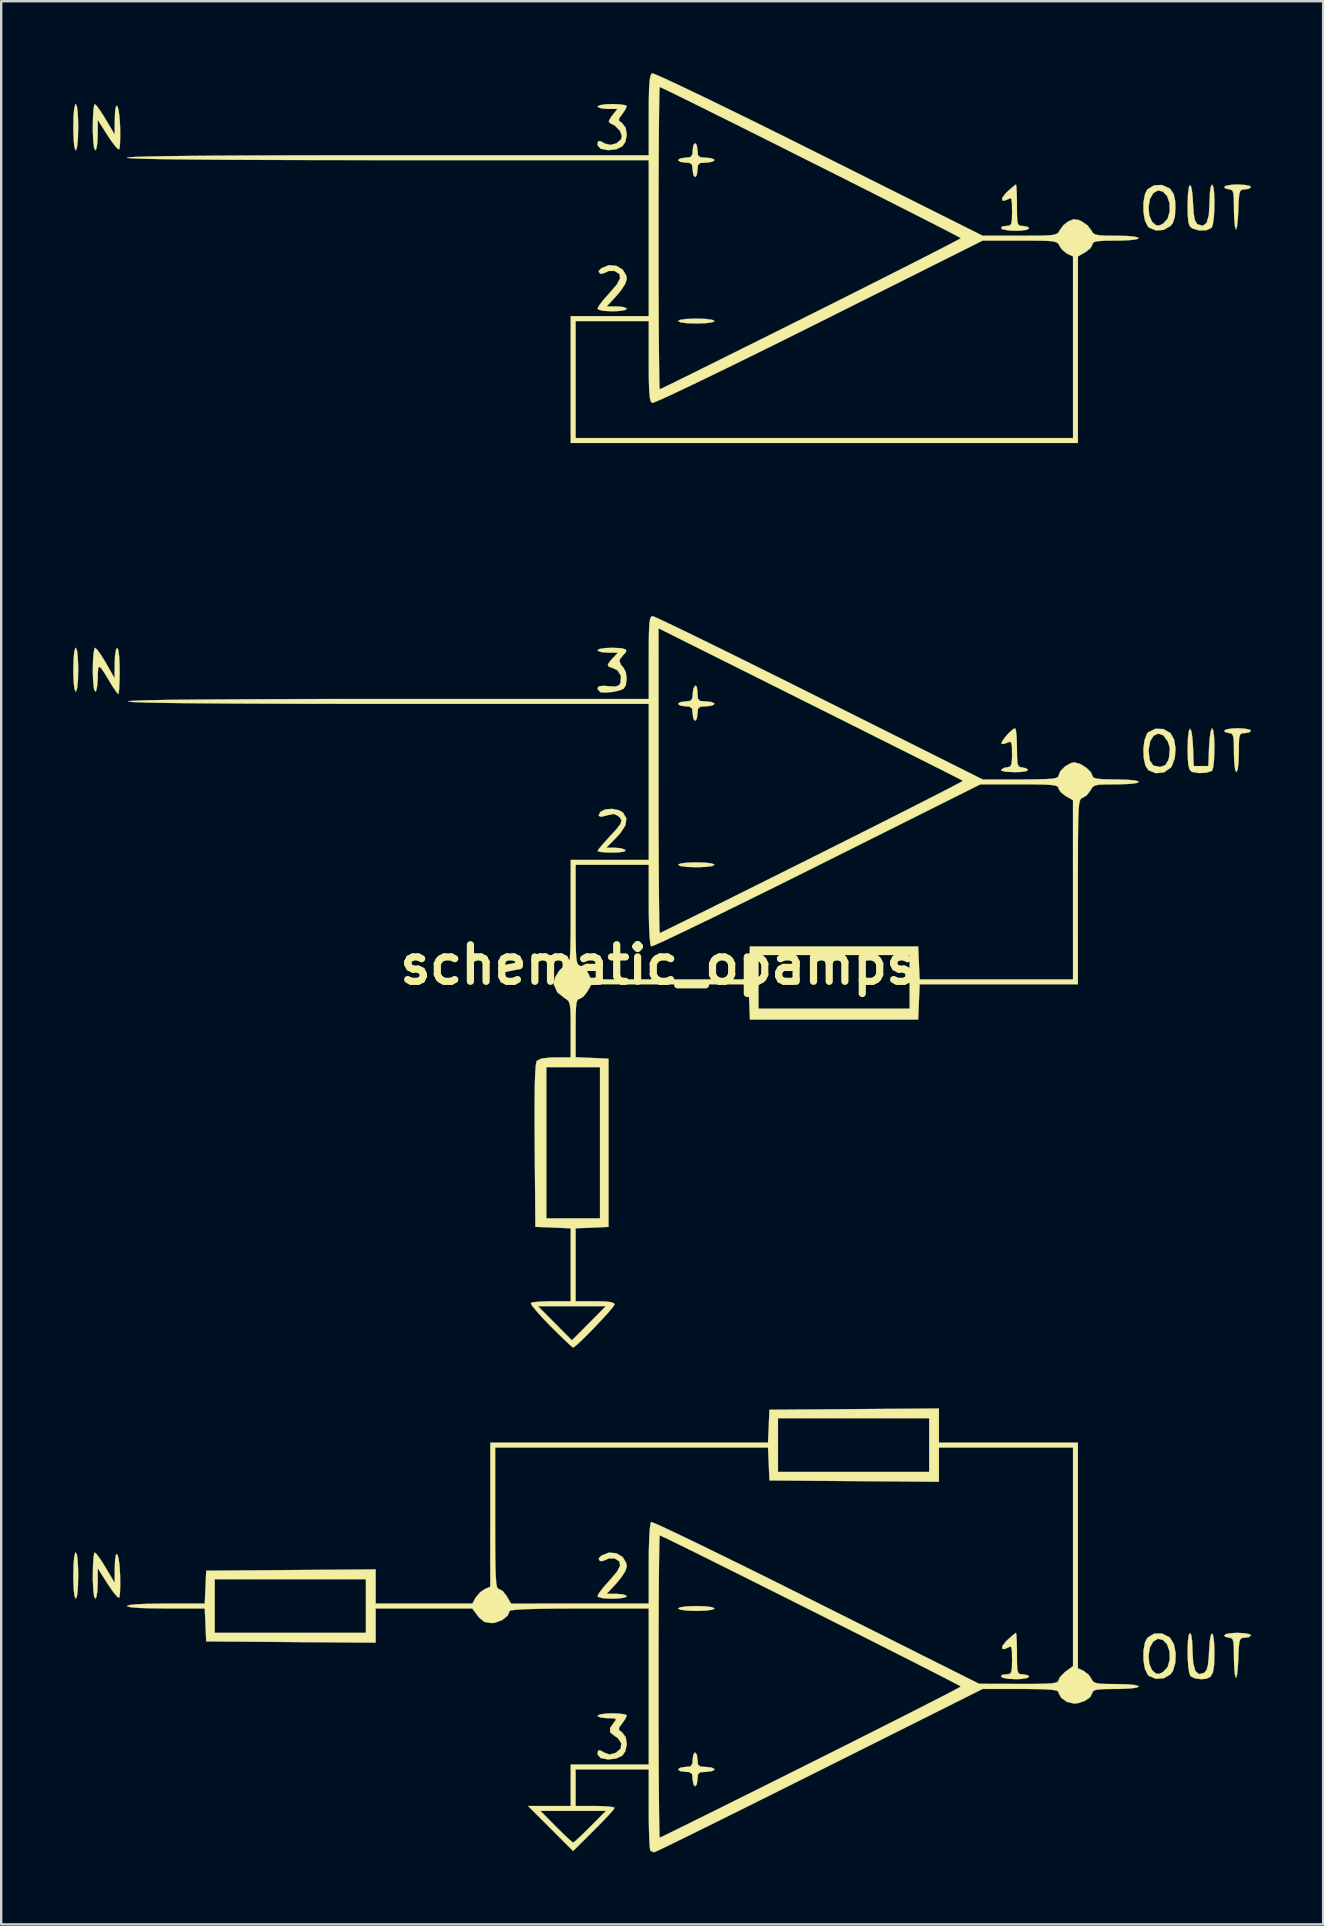
<source format=kicad_pcb>
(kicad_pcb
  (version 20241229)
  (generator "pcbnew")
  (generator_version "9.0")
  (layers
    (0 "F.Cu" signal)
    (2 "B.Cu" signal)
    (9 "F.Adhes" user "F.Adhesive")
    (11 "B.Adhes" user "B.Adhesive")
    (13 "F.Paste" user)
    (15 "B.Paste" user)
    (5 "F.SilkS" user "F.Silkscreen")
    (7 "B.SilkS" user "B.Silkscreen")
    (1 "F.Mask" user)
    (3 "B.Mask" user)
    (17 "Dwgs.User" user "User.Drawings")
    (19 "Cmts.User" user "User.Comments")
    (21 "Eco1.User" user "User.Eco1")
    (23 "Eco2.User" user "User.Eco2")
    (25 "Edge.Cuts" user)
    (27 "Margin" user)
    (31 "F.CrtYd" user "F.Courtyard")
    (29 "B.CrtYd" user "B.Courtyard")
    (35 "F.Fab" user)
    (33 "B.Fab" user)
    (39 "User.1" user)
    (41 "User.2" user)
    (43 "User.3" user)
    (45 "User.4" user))
  (footprint "schematic_opamps"
    (layer "F.Cu")
    (at 24.389 37.15)
    (property "Reference" "schematic_opamps" (at 0 0 0) (layer "F.SilkS") (effects (font (size 1.524 1.524) (thickness 0.3))))
    (attr through_hole)
    (fp_poly (pts (xy -24.234 -35.769) (xy -24.2 -35.501) (xy -24.182 -35.092) (xy -24.181 -34.9) (xy -24.191 -34.444) (xy -24.219 -34.117) (xy -24.262 -33.95) (xy -24.282 -33.934) (xy -24.33 -34.031) (xy -24.365 -34.299) (xy -24.382 -34.707) (xy -24.384 -34.9) (xy -24.374 -35.355) (xy -24.346 -35.682) (xy -24.303 -35.849) (xy -24.282 -35.865) (xy -24.234 -35.769)) (stroke (width 0.01) (type solid)) (fill yes) (layer "F.SilkS"))
    (fp_poly (pts (xy -24.234 24.582) (xy -24.2 24.85) (xy -24.182 25.258) (xy -24.181 25.451) (xy -24.191 25.906) (xy -24.219 26.233) (xy -24.262 26.401) (xy -24.282 26.416) (xy -24.33 26.32) (xy -24.365 26.052) (xy -24.382 25.643) (xy -24.384 25.451) (xy -24.374 24.996) (xy -24.346 24.669) (xy -24.303 24.501) (xy -24.282 24.486) (xy -24.234 24.582)) (stroke (width 0.01) (type solid)) (fill yes) (layer "F.SilkS"))
    (fp_poly (pts (xy -24.234 -13.112) (xy -24.199 -12.847) (xy -24.182 -12.445) (xy -24.181 -12.294) (xy -24.191 -11.855) (xy -24.221 -11.543) (xy -24.266 -11.389) (xy -24.282 -11.379) (xy -24.331 -11.475) (xy -24.366 -11.741) (xy -24.383 -12.142) (xy -24.384 -12.294) (xy -24.373 -12.732) (xy -24.344 -13.044) (xy -24.299 -13.198) (xy -24.282 -13.208) (xy -24.234 -13.112)) (stroke (width 0.01) (type solid)) (fill yes) (layer "F.SilkS"))
    (fp_poly (pts (xy 1.959 -26.911) (xy 2.226 -26.877) (xy 2.336 -26.827) (xy 2.337 -26.822) (xy 2.242 -26.771) (xy 1.986 -26.736) (xy 1.611 -26.721) (xy 1.575 -26.721) (xy 1.191 -26.733) (xy 0.923 -26.768) (xy 0.814 -26.818) (xy 0.813 -26.822) (xy 0.907 -26.874) (xy 1.163 -26.909) (xy 1.539 -26.924) (xy 1.575 -26.924) (xy 1.959 -26.911)) (stroke (width 0.01) (type solid)) (fill yes) (layer "F.SilkS"))
    (fp_poly (pts (xy 1.959 -4.255) (xy 2.226 -4.22) (xy 2.336 -4.17) (xy 2.337 -4.166) (xy 2.242 -4.114) (xy 1.986 -4.079) (xy 1.611 -4.064) (xy 1.575 -4.064) (xy 1.191 -4.077) (xy 0.923 -4.111) (xy 0.814 -4.161) (xy 0.813 -4.166) (xy 0.907 -4.217) (xy 1.163 -4.252) (xy 1.539 -4.267) (xy 1.575 -4.267) (xy 1.959 -4.255)) (stroke (width 0.01) (type solid)) (fill yes) (layer "F.SilkS"))
    (fp_poly (pts (xy 1.959 26.733) (xy 2.226 26.768) (xy 2.336 26.818) (xy 2.337 26.822) (xy 2.242 26.874) (xy 1.986 26.909) (xy 1.611 26.924) (xy 1.575 26.924) (xy 1.191 26.911) (xy 0.923 26.877) (xy 0.814 26.827) (xy 0.813 26.822) (xy 0.907 26.771) (xy 1.163 26.736) (xy 1.539 26.721) (xy 1.575 26.721) (xy 1.959 26.733)) (stroke (width 0.01) (type solid)) (fill yes) (layer "F.SilkS"))
    (fp_poly (pts (xy 24.436 -32.495) (xy 24.639 -32.452) (xy 24.689 -32.41) (xy 24.602 -32.334) (xy 24.439 -32.309) (xy 24.318 -32.3) (xy 24.242 -32.245) (xy 24.199 -32.106) (xy 24.175 -31.841) (xy 24.159 -31.436) (xy 24.138 -31.055) (xy 24.107 -30.777) (xy 24.07 -30.643) (xy 24.054 -30.64) (xy 24.018 -30.772) (xy 23.991 -31.052) (xy 23.978 -31.425) (xy 23.978 -31.513) (xy 23.973 -31.913) (xy 23.953 -32.151) (xy 23.906 -32.268) (xy 23.823 -32.306) (xy 23.774 -32.309) (xy 23.609 -32.351) (xy 23.571 -32.41) (xy 23.663 -32.466) (xy 23.9 -32.503) (xy 24.13 -32.512) (xy 24.436 -32.495)) (stroke (width 0.01) (type solid)) (fill yes) (layer "F.SilkS"))
    (fp_poly (pts (xy 24.436 -9.838) (xy 24.639 -9.795) (xy 24.689 -9.754) (xy 24.602 -9.677) (xy 24.435 -9.652) (xy 24.309 -9.643) (xy 24.233 -9.59) (xy 24.196 -9.45) (xy 24.182 -9.182) (xy 24.181 -8.839) (xy 24.169 -8.437) (xy 24.136 -8.154) (xy 24.088 -8.029) (xy 24.079 -8.026) (xy 24.029 -8.121) (xy 23.994 -8.381) (xy 23.978 -8.766) (xy 23.978 -8.839) (xy 23.973 -9.244) (xy 23.954 -9.487) (xy 23.909 -9.608) (xy 23.828 -9.649) (xy 23.774 -9.652) (xy 23.609 -9.695) (xy 23.571 -9.754) (xy 23.663 -9.809) (xy 23.9 -9.846) (xy 24.13 -9.855) (xy 24.436 -9.838)) (stroke (width 0.01) (type solid)) (fill yes) (layer "F.SilkS"))
    (fp_poly (pts (xy 24.436 27.855) (xy 24.639 27.898) (xy 24.689 27.94) (xy 24.602 28.017) (xy 24.439 28.042) (xy 24.318 28.051) (xy 24.242 28.105) (xy 24.199 28.245) (xy 24.175 28.509) (xy 24.159 28.914) (xy 24.138 29.295) (xy 24.107 29.573) (xy 24.07 29.707) (xy 24.054 29.71) (xy 24.018 29.578) (xy 23.991 29.298) (xy 23.978 28.925) (xy 23.978 28.837) (xy 23.973 28.438) (xy 23.953 28.2) (xy 23.906 28.082) (xy 23.823 28.044) (xy 23.774 28.042) (xy 23.609 27.999) (xy 23.571 27.94) (xy 23.663 27.884) (xy 23.9 27.847) (xy 24.13 27.838) (xy 24.436 27.855)) (stroke (width 0.01) (type solid)) (fill yes) (layer "F.SilkS"))
    (fp_poly (pts (xy 23.116 -9.763) (xy 23.148 -9.525) (xy 23.163 -9.195) (xy 23.161 -8.829) (xy 23.143 -8.484) (xy 23.11 -8.215) (xy 23.061 -8.077) (xy 23.056 -8.073) (xy 22.821 -8.002) (xy 22.512 -7.988) (xy 22.247 -8.031) (xy 22.202 -8.051) (xy 22.122 -8.146) (xy 22.073 -8.343) (xy 22.051 -8.681) (xy 22.047 -8.997) (xy 22.062 -9.464) (xy 22.1 -9.745) (xy 22.15 -9.837) (xy 22.203 -9.737) (xy 22.248 -9.441) (xy 22.272 -9.068) (xy 22.301 -8.28) (xy 22.911 -8.28) (xy 22.94 -9.068) (xy 22.966 -9.439) (xy 23.007 -9.716) (xy 23.056 -9.85) (xy 23.067 -9.855) (xy 23.116 -9.763)) (stroke (width 0.01) (type solid)) (fill yes) (layer "F.SilkS"))
    (fp_poly (pts (xy -23.405 -35.784) (xy -23.25 -35.57) (xy -23.058 -35.268) (xy -23.036 -35.23) (xy -22.66 -34.595) (xy -22.658 -35.173) (xy -22.643 -35.567) (xy -22.606 -35.77) (xy -22.556 -35.793) (xy -22.505 -35.646) (xy -22.46 -35.339) (xy -22.435 -34.942) (xy -22.429 -34.53) (xy -22.438 -34.201) (xy -22.462 -34.004) (xy -22.478 -33.97) (xy -22.564 -34.026) (xy -22.723 -34.218) (xy -22.923 -34.507) (xy -22.96 -34.564) (xy -23.366 -35.204) (xy -23.367 -34.569) (xy -23.382 -34.235) (xy -23.422 -34.007) (xy -23.47 -33.934) (xy -23.518 -34.031) (xy -23.552 -34.299) (xy -23.57 -34.707) (xy -23.571 -34.9) (xy -23.563 -35.314) (xy -23.543 -35.64) (xy -23.512 -35.832) (xy -23.492 -35.865) (xy -23.405 -35.784)) (stroke (width 0.01) (type solid)) (fill yes) (layer "F.SilkS"))
    (fp_poly (pts (xy -23.405 24.567) (xy -23.25 24.781) (xy -23.058 25.083) (xy -23.036 25.121) (xy -22.66 25.756) (xy -22.658 25.177) (xy -22.643 24.783) (xy -22.606 24.58) (xy -22.556 24.557) (xy -22.505 24.704) (xy -22.46 25.012) (xy -22.435 25.408) (xy -22.429 25.821) (xy -22.438 26.149) (xy -22.462 26.346) (xy -22.478 26.381) (xy -22.564 26.324) (xy -22.723 26.132) (xy -22.923 25.844) (xy -22.96 25.786) (xy -23.366 25.146) (xy -23.367 25.781) (xy -23.382 26.115) (xy -23.422 26.344) (xy -23.47 26.416) (xy -23.518 26.32) (xy -23.552 26.052) (xy -23.57 25.643) (xy -23.571 25.451) (xy -23.563 25.036) (xy -23.543 24.711) (xy -23.512 24.519) (xy -23.492 24.486) (xy -23.405 24.567)) (stroke (width 0.01) (type solid)) (fill yes) (layer "F.SilkS"))
    (fp_poly (pts (xy -1.757 -29.124) (xy -1.494 -28.969) (xy -1.34 -28.71) (xy -1.321 -28.565) (xy -1.387 -28.373) (xy -1.559 -28.106) (xy -1.74 -27.887) (xy -2.159 -27.432) (xy -1.74 -27.432) (xy -1.481 -27.41) (xy -1.334 -27.355) (xy -1.321 -27.33) (xy -1.413 -27.276) (xy -1.655 -27.24) (xy -1.93 -27.229) (xy -2.309 -27.248) (xy -2.51 -27.302) (xy -2.54 -27.346) (xy -2.474 -27.473) (xy -2.302 -27.697) (xy -2.057 -27.973) (xy -2.033 -28) (xy -1.734 -28.35) (xy -1.601 -28.605) (xy -1.629 -28.783) (xy -1.815 -28.9) (xy -1.843 -28.91) (xy -2.073 -28.909) (xy -2.185 -28.854) (xy -2.364 -28.789) (xy -2.449 -28.81) (xy -2.498 -28.905) (xy -2.384 -29.022) (xy -2.073 -29.15) (xy -1.757 -29.124)) (stroke (width 0.01) (type solid)) (fill yes) (layer "F.SilkS"))
    (fp_poly (pts (xy -1.757 24.521) (xy -1.494 24.676) (xy -1.34 24.934) (xy -1.321 25.08) (xy -1.387 25.272) (xy -1.559 25.539) (xy -1.74 25.758) (xy -2.159 26.213) (xy -1.74 26.213) (xy -1.481 26.235) (xy -1.334 26.29) (xy -1.321 26.314) (xy -1.413 26.369) (xy -1.655 26.405) (xy -1.93 26.416) (xy -2.309 26.397) (xy -2.51 26.343) (xy -2.54 26.299) (xy -2.474 26.172) (xy -2.302 25.947) (xy -2.057 25.672) (xy -2.033 25.645) (xy -1.734 25.295) (xy -1.601 25.039) (xy -1.629 24.862) (xy -1.815 24.745) (xy -1.843 24.735) (xy -2.073 24.736) (xy -2.185 24.791) (xy -2.364 24.856) (xy -2.449 24.834) (xy -2.498 24.74) (xy -2.384 24.622) (xy -2.073 24.495) (xy -1.757 24.521)) (stroke (width 0.01) (type solid)) (fill yes) (layer "F.SilkS"))
    (fp_poly (pts (xy 14.894 -9.762) (xy 14.921 -9.513) (xy 14.934 -9.157) (xy 14.935 -9.042) (xy 14.94 -8.637) (xy 14.96 -8.394) (xy 15.005 -8.272) (xy 15.086 -8.232) (xy 15.132 -8.23) (xy 15.327 -8.183) (xy 15.392 -8.128) (xy 15.338 -8.069) (xy 15.103 -8.034) (xy 14.834 -8.026) (xy 14.481 -8.041) (xy 14.294 -8.083) (xy 14.275 -8.128) (xy 14.418 -8.213) (xy 14.535 -8.23) (xy 14.649 -8.255) (xy 14.708 -8.365) (xy 14.73 -8.605) (xy 14.732 -8.792) (xy 14.726 -9.109) (xy 14.698 -9.262) (xy 14.63 -9.291) (xy 14.542 -9.253) (xy 14.365 -9.196) (xy 14.292 -9.212) (xy 14.317 -9.311) (xy 14.442 -9.484) (xy 14.611 -9.673) (xy 14.773 -9.815) (xy 14.859 -9.855) (xy 14.894 -9.762)) (stroke (width 0.01) (type solid)) (fill yes) (layer "F.SilkS"))
    (fp_poly (pts (xy 22.2 27.933) (xy 22.236 28.188) (xy 22.25 28.561) (xy 22.25 28.588) (xy 22.28 29.103) (xy 22.369 29.426) (xy 22.52 29.559) (xy 22.732 29.504) (xy 22.742 29.498) (xy 22.836 29.385) (xy 22.897 29.163) (xy 22.932 28.793) (xy 22.94 28.615) (xy 22.973 28.166) (xy 23.021 27.916) (xy 23.075 27.861) (xy 23.123 27.998) (xy 23.156 28.324) (xy 23.165 28.682) (xy 23.152 29.168) (xy 23.102 29.486) (xy 22.997 29.669) (xy 22.821 29.752) (xy 22.606 29.769) (xy 22.343 29.732) (xy 22.169 29.647) (xy 22.113 29.5) (xy 22.073 29.224) (xy 22.051 28.874) (xy 22.047 28.506) (xy 22.061 28.174) (xy 22.095 27.933) (xy 22.148 27.838) (xy 22.149 27.838) (xy 22.2 27.933)) (stroke (width 0.01) (type solid)) (fill yes) (layer "F.SilkS"))
    (fp_poly (pts (xy -1.645 -6.44) (xy -1.48 -6.343) (xy -1.339 -6.1) (xy -1.374 -5.818) (xy -1.592 -5.483) (xy -1.748 -5.312) (xy -2.176 -4.877) (xy -1.805 -4.877) (xy -1.545 -4.851) (xy -1.383 -4.789) (xy -1.372 -4.775) (xy -1.426 -4.716) (xy -1.661 -4.681) (xy -1.924 -4.674) (xy -2.248 -4.684) (xy -2.471 -4.709) (xy -2.54 -4.74) (xy -2.475 -4.841) (xy -2.304 -5.046) (xy -2.062 -5.312) (xy -2.032 -5.344) (xy -1.744 -5.658) (xy -1.586 -5.868) (xy -1.544 -6.011) (xy -1.601 -6.127) (xy -1.685 -6.204) (xy -1.866 -6.285) (xy -2.113 -6.236) (xy -2.136 -6.228) (xy -2.388 -6.164) (xy -2.496 -6.206) (xy -2.441 -6.346) (xy -2.425 -6.366) (xy -2.225 -6.472) (xy -1.934 -6.496) (xy -1.645 -6.44)) (stroke (width 0.01) (type solid)) (fill yes) (layer "F.SilkS"))
    (fp_poly (pts (xy 21.042 -9.821) (xy 21.336 -9.652) (xy 21.486 -9.379) (xy 21.545 -9.005) (xy 21.513 -8.612) (xy 21.39 -8.279) (xy 21.345 -8.215) (xy 21.067 -8.017) (xy 20.727 -7.981) (xy 20.415 -8.104) (xy 20.288 -8.298) (xy 20.218 -8.617) (xy 20.208 -8.903) (xy 20.422 -8.903) (xy 20.468 -8.519) (xy 20.615 -8.305) (xy 20.872 -8.246) (xy 20.929 -8.251) (xy 21.121 -8.322) (xy 21.237 -8.518) (xy 21.274 -8.644) (xy 21.306 -9.03) (xy 21.222 -9.303) (xy 21.034 -9.558) (xy 20.826 -9.633) (xy 20.632 -9.545) (xy 20.487 -9.311) (xy 20.422 -8.949) (xy 20.422 -8.903) (xy 20.208 -8.903) (xy 20.204 -8.991) (xy 20.248 -9.348) (xy 20.349 -9.62) (xy 20.404 -9.687) (xy 20.703 -9.834) (xy 21.042 -9.821)) (stroke (width 0.01) (type solid)) (fill yes) (layer "F.SilkS"))
    (fp_poly (pts (xy 1.593 -11.59) (xy 1.625 -11.383) (xy 1.626 -11.334) (xy 1.641 -11.093) (xy 1.726 -10.994) (xy 1.943 -10.973) (xy 1.981 -10.973) (xy 2.216 -10.947) (xy 2.334 -10.885) (xy 2.337 -10.871) (xy 2.247 -10.804) (xy 2.028 -10.77) (xy 1.981 -10.77) (xy 1.742 -10.753) (xy 1.644 -10.666) (xy 1.626 -10.465) (xy 1.596 -10.251) (xy 1.525 -10.16) (xy 1.524 -10.16) (xy 1.453 -10.248) (xy 1.422 -10.461) (xy 1.422 -10.465) (xy 1.397 -10.681) (xy 1.278 -10.76) (xy 1.118 -10.77) (xy 0.904 -10.799) (xy 0.813 -10.87) (xy 0.813 -10.871) (xy 0.901 -10.943) (xy 1.114 -10.973) (xy 1.118 -10.973) (xy 1.334 -10.998) (xy 1.413 -11.116) (xy 1.422 -11.272) (xy 1.454 -11.506) (xy 1.524 -11.633) (xy 1.593 -11.59)) (stroke (width 0.01) (type solid)) (fill yes) (layer "F.SilkS"))
    (fp_poly (pts (xy 1.595 -34.151) (xy 1.626 -33.938) (xy 1.626 -33.934) (xy 1.645 -33.73) (xy 1.746 -33.646) (xy 1.981 -33.63) (xy 2.216 -33.604) (xy 2.334 -33.541) (xy 2.337 -33.528) (xy 2.247 -33.461) (xy 2.028 -33.427) (xy 1.981 -33.426) (xy 1.742 -33.409) (xy 1.644 -33.323) (xy 1.626 -33.122) (xy 1.596 -32.908) (xy 1.525 -32.817) (xy 1.524 -32.817) (xy 1.453 -32.905) (xy 1.422 -33.118) (xy 1.422 -33.122) (xy 1.397 -33.337) (xy 1.278 -33.417) (xy 1.118 -33.426) (xy 0.904 -33.456) (xy 0.813 -33.527) (xy 0.813 -33.528) (xy 0.901 -33.599) (xy 1.114 -33.63) (xy 1.118 -33.63) (xy 1.333 -33.655) (xy 1.413 -33.774) (xy 1.422 -33.934) (xy 1.452 -34.148) (xy 1.523 -34.239) (xy 1.524 -34.239) (xy 1.595 -34.151)) (stroke (width 0.01) (type solid)) (fill yes) (layer "F.SilkS"))
    (fp_poly (pts (xy 1.595 32.905) (xy 1.626 33.118) (xy 1.626 33.122) (xy 1.645 33.326) (xy 1.746 33.41) (xy 1.981 33.426) (xy 2.216 33.452) (xy 2.334 33.515) (xy 2.337 33.528) (xy 2.247 33.595) (xy 2.028 33.629) (xy 1.981 33.63) (xy 1.742 33.647) (xy 1.644 33.733) (xy 1.626 33.934) (xy 1.596 34.148) (xy 1.525 34.239) (xy 1.524 34.239) (xy 1.453 34.151) (xy 1.422 33.938) (xy 1.422 33.934) (xy 1.397 33.719) (xy 1.278 33.639) (xy 1.118 33.63) (xy 0.904 33.6) (xy 0.813 33.529) (xy 0.813 33.528) (xy 0.901 33.457) (xy 1.114 33.426) (xy 1.118 33.426) (xy 1.333 33.401) (xy 1.413 33.282) (xy 1.422 33.122) (xy 1.452 32.908) (xy 1.523 32.817) (xy 1.524 32.817) (xy 1.595 32.905)) (stroke (width 0.01) (type solid)) (fill yes) (layer "F.SilkS"))
    (fp_poly (pts (xy 14.913 -32.418) (xy 14.927 -32.168) (xy 14.935 -31.808) (xy 14.935 -31.648) (xy 14.938 -31.23) (xy 14.952 -30.975) (xy 14.992 -30.842) (xy 15.067 -30.793) (xy 15.189 -30.785) (xy 15.38 -30.75) (xy 15.443 -30.683) (xy 15.351 -30.627) (xy 15.115 -30.59) (xy 14.89 -30.582) (xy 14.572 -30.599) (xy 14.344 -30.643) (xy 14.275 -30.683) (xy 14.311 -30.759) (xy 14.472 -30.785) (xy 14.615 -30.797) (xy 14.693 -30.864) (xy 14.725 -31.033) (xy 14.732 -31.353) (xy 14.732 -31.407) (xy 14.726 -31.744) (xy 14.7 -31.912) (xy 14.645 -31.945) (xy 14.584 -31.906) (xy 14.41 -31.834) (xy 14.327 -31.85) (xy 14.322 -31.956) (xy 14.466 -32.146) (xy 14.537 -32.215) (xy 14.74 -32.397) (xy 14.874 -32.502) (xy 14.895 -32.512) (xy 14.913 -32.418)) (stroke (width 0.01) (type solid)) (fill yes) (layer "F.SilkS"))
    (fp_poly (pts (xy 14.913 27.932) (xy 14.927 28.183) (xy 14.935 28.543) (xy 14.935 28.702) (xy 14.938 29.12) (xy 14.952 29.375) (xy 14.992 29.508) (xy 15.067 29.558) (xy 15.189 29.566) (xy 15.38 29.6) (xy 15.443 29.667) (xy 15.351 29.723) (xy 15.115 29.76) (xy 14.89 29.769) (xy 14.572 29.752) (xy 14.344 29.707) (xy 14.275 29.667) (xy 14.311 29.592) (xy 14.472 29.566) (xy 14.615 29.554) (xy 14.693 29.487) (xy 14.725 29.317) (xy 14.732 28.998) (xy 14.732 28.944) (xy 14.726 28.606) (xy 14.7 28.438) (xy 14.645 28.406) (xy 14.584 28.444) (xy 14.41 28.517) (xy 14.327 28.5) (xy 14.322 28.394) (xy 14.466 28.205) (xy 14.537 28.136) (xy 14.74 27.953) (xy 14.874 27.849) (xy 14.895 27.838) (xy 14.913 27.932)) (stroke (width 0.01) (type solid)) (fill yes) (layer "F.SilkS"))
    (fp_poly (pts (xy 23.117 -32.42) (xy 23.151 -32.181) (xy 23.165 -31.85) (xy 23.161 -31.482) (xy 23.139 -31.131) (xy 23.1 -30.854) (xy 23.044 -30.704) (xy 23.043 -30.704) (xy 22.823 -30.604) (xy 22.521 -30.598) (xy 22.234 -30.686) (xy 22.225 -30.691) (xy 22.135 -30.778) (xy 22.081 -30.937) (xy 22.054 -31.212) (xy 22.047 -31.647) (xy 22.047 -31.653) (xy 22.062 -32.119) (xy 22.1 -32.401) (xy 22.15 -32.495) (xy 22.203 -32.397) (xy 22.248 -32.105) (xy 22.272 -31.735) (xy 22.3 -31.302) (xy 22.35 -31.031) (xy 22.432 -30.883) (xy 22.47 -30.852) (xy 22.686 -30.79) (xy 22.838 -30.916) (xy 22.93 -31.232) (xy 22.962 -31.74) (xy 22.962 -31.762) (xy 22.974 -32.142) (xy 23.009 -32.406) (xy 23.06 -32.512) (xy 23.063 -32.512) (xy 23.117 -32.42)) (stroke (width 0.01) (type solid)) (fill yes) (layer "F.SilkS"))
    (fp_poly (pts (xy -22.507 -13.112) (xy -22.473 -12.844) (xy -22.455 -12.435) (xy -22.454 -12.243) (xy -22.459 -11.828) (xy -22.473 -11.503) (xy -22.493 -11.31) (xy -22.507 -11.278) (xy -22.584 -11.357) (xy -22.725 -11.562) (xy -22.837 -11.744) (xy -23.073 -12.135) (xy -23.225 -12.359) (xy -23.311 -12.423) (xy -23.351 -12.334) (xy -23.364 -12.101) (xy -23.365 -11.963) (xy -23.383 -11.65) (xy -23.425 -11.437) (xy -23.47 -11.379) (xy -23.518 -11.475) (xy -23.553 -11.741) (xy -23.57 -12.142) (xy -23.571 -12.294) (xy -23.562 -12.696) (xy -23.536 -13.008) (xy -23.499 -13.185) (xy -23.479 -13.208) (xy -23.387 -13.126) (xy -23.231 -12.91) (xy -23.043 -12.605) (xy -23.025 -12.573) (xy -22.664 -11.938) (xy -22.66 -12.573) (xy -22.644 -12.906) (xy -22.603 -13.134) (xy -22.555 -13.208) (xy -22.507 -13.112)) (stroke (width 0.01) (type solid)) (fill yes) (layer "F.SilkS"))
    (fp_poly (pts (xy 21.29 28.022) (xy 21.317 28.046) (xy 21.476 28.312) (xy 21.549 28.683) (xy 21.536 29.08) (xy 21.436 29.423) (xy 21.336 29.566) (xy 21.055 29.729) (xy 20.73 29.755) (xy 20.446 29.639) (xy 20.39 29.587) (xy 20.267 29.336) (xy 20.206 28.974) (xy 20.206 28.778) (xy 20.42 28.778) (xy 20.447 29.122) (xy 20.561 29.384) (xy 20.581 29.406) (xy 20.736 29.539) (xy 20.868 29.543) (xy 21.026 29.467) (xy 21.212 29.264) (xy 21.301 28.956) (xy 21.293 28.615) (xy 21.19 28.313) (xy 21.014 28.134) (xy 20.815 28.084) (xy 20.622 28.197) (xy 20.616 28.202) (xy 20.477 28.442) (xy 20.42 28.778) (xy 20.206 28.778) (xy 20.207 28.58) (xy 20.271 28.234) (xy 20.371 28.042) (xy 20.648 27.871) (xy 20.977 27.864) (xy 21.29 28.022)) (stroke (width 0.01) (type solid)) (fill yes) (layer "F.SilkS"))
    (fp_poly (pts (xy 21.282 -32.357) (xy 21.336 -32.309) (xy 21.467 -32.113) (xy 21.529 -31.827) (xy 21.539 -31.547) (xy 21.516 -31.162) (xy 21.434 -30.912) (xy 21.336 -30.785) (xy 21.055 -30.621) (xy 20.73 -30.596) (xy 20.446 -30.711) (xy 20.39 -30.764) (xy 20.267 -31.015) (xy 20.206 -31.377) (xy 20.206 -31.572) (xy 20.42 -31.572) (xy 20.447 -31.229) (xy 20.561 -30.967) (xy 20.581 -30.944) (xy 20.736 -30.811) (xy 20.868 -30.807) (xy 21.026 -30.884) (xy 21.212 -31.086) (xy 21.301 -31.394) (xy 21.293 -31.736) (xy 21.19 -32.037) (xy 21.014 -32.216) (xy 20.815 -32.266) (xy 20.622 -32.154) (xy 20.616 -32.149) (xy 20.477 -31.909) (xy 20.42 -31.572) (xy 20.206 -31.572) (xy 20.207 -31.77) (xy 20.271 -32.116) (xy 20.371 -32.309) (xy 20.646 -32.477) (xy 20.976 -32.493) (xy 21.282 -32.357)) (stroke (width 0.01) (type solid)) (fill yes) (layer "F.SilkS"))
    (fp_poly (pts (xy -1.609 -35.851) (xy -1.388 -35.817) (xy -1.321 -35.777) (xy -1.378 -35.642) (xy -1.516 -35.441) (xy -1.644 -35.263) (xy -1.645 -35.166) (xy -1.519 -35.072) (xy -1.516 -35.071) (xy -1.366 -34.871) (xy -1.321 -34.581) (xy -1.382 -34.286) (xy -1.507 -34.103) (xy -1.762 -33.98) (xy -2.101 -33.943) (xy -2.413 -34.002) (xy -2.53 -34.136) (xy -2.54 -34.197) (xy -2.514 -34.32) (xy -2.406 -34.312) (xy -2.241 -34.219) (xy -2.003 -34.163) (xy -1.754 -34.228) (xy -1.571 -34.381) (xy -1.524 -34.526) (xy -1.609 -34.753) (xy -1.816 -34.964) (xy -2.014 -35.067) (xy -2.074 -35.139) (xy -1.994 -35.3) (xy -1.93 -35.385) (xy -1.712 -35.662) (xy -2.126 -35.662) (xy -2.383 -35.684) (xy -2.528 -35.739) (xy -2.54 -35.763) (xy -2.447 -35.817) (xy -2.206 -35.854) (xy -1.93 -35.865) (xy -1.609 -35.851)) (stroke (width 0.01) (type solid)) (fill yes) (layer "F.SilkS"))
    (fp_poly (pts (xy -1.551 -13.191) (xy -1.36 -13.137) (xy -1.347 -13.036) (xy -1.473 -12.903) (xy -1.602 -12.737) (xy -1.626 -12.649) (xy -1.554 -12.482) (xy -1.473 -12.395) (xy -1.363 -12.2) (xy -1.325 -11.919) (xy -1.361 -11.649) (xy -1.448 -11.505) (xy -1.637 -11.426) (xy -1.931 -11.366) (xy -2.231 -11.34) (xy -2.427 -11.359) (xy -2.533 -11.479) (xy -2.54 -11.528) (xy -2.474 -11.608) (xy -2.258 -11.623) (xy -2.098 -11.609) (xy -1.805 -11.593) (xy -1.651 -11.642) (xy -1.588 -11.738) (xy -1.563 -12.032) (xy -1.703 -12.263) (xy -1.886 -12.355) (xy -2.078 -12.422) (xy -2.112 -12.516) (xy -1.992 -12.684) (xy -1.913 -12.77) (xy -1.692 -13.005) (xy -2.116 -13.005) (xy -2.377 -13.026) (xy -2.526 -13.081) (xy -2.54 -13.106) (xy -2.447 -13.161) (xy -2.206 -13.197) (xy -1.93 -13.208) (xy -1.551 -13.191)) (stroke (width 0.01) (type solid)) (fill yes) (layer "F.SilkS"))
    (fp_poly (pts (xy -1.609 31.205) (xy -1.388 31.239) (xy -1.321 31.279) (xy -1.378 31.414) (xy -1.516 31.615) (xy -1.644 31.793) (xy -1.645 31.89) (xy -1.519 31.984) (xy -1.516 31.985) (xy -1.366 32.185) (xy -1.321 32.475) (xy -1.382 32.77) (xy -1.507 32.953) (xy -1.762 33.076) (xy -2.101 33.113) (xy -2.413 33.054) (xy -2.53 32.92) (xy -2.54 32.859) (xy -2.514 32.736) (xy -2.406 32.744) (xy -2.241 32.837) (xy -2.036 32.907) (xy -1.791 32.841) (xy -1.779 32.836) (xy -1.578 32.663) (xy -1.549 32.442) (xy -1.69 32.226) (xy -1.829 32.134) (xy -2.015 31.986) (xy -2.019 31.805) (xy -1.856 31.572) (xy -1.772 31.461) (xy -1.811 31.409) (xy -2.007 31.395) (xy -2.118 31.394) (xy -2.378 31.373) (xy -2.527 31.318) (xy -2.54 31.293) (xy -2.447 31.239) (xy -2.206 31.202) (xy -1.93 31.191) (xy -1.609 31.205)) (stroke (width 0.01) (type solid)) (fill yes) (layer "F.SilkS"))
    (fp_poly (pts (xy -0.154 -37.109) (xy 0.125 -36.989) (xy 0.556 -36.791) (xy 1.125 -36.522) (xy 1.818 -36.19) (xy 2.621 -35.801) (xy 3.519 -35.362) (xy 4.497 -34.88) (xy 5.541 -34.362) (xy 6.637 -33.815) (xy 6.691 -33.789) (xy 13.506 -30.378) (xy 15.06 -30.378) (xy 15.653 -30.38) (xy 16.075 -30.386) (xy 16.357 -30.402) (xy 16.533 -30.432) (xy 16.633 -30.481) (xy 16.689 -30.552) (xy 16.715 -30.605) (xy 16.879 -30.824) (xy 17.075 -30.975) (xy 17.292 -31.064) (xy 17.493 -31.038) (xy 17.633 -30.977) (xy 17.878 -30.806) (xy 18.033 -30.607) (xy 18.094 -30.499) (xy 18.193 -30.432) (xy 18.371 -30.396) (xy 18.672 -30.381) (xy 19.074 -30.378) (xy 19.521 -30.368) (xy 19.841 -30.339) (xy 20.002 -30.295) (xy 20.015 -30.277) (xy 19.919 -30.229) (xy 19.651 -30.194) (xy 19.242 -30.177) (xy 19.05 -30.175) (xy 18.592 -30.17) (xy 18.302 -30.151) (xy 18.146 -30.112) (xy 18.088 -30.048) (xy 18.085 -30.018) (xy 18.004 -29.865) (xy 17.806 -29.703) (xy 17.781 -29.688) (xy 17.476 -29.515) (xy 17.475 -21.742) (xy -3.658 -21.742) (xy -3.658 -26.822) (xy -3.454 -26.822) (xy -3.454 -21.946) (xy 17.272 -21.946) (xy 17.272 -29.517) (xy 17.043 -29.618) (xy 16.819 -29.791) (xy 16.715 -29.947) (xy 16.669 -30.034) (xy 16.598 -30.095) (xy 16.471 -30.136) (xy 16.256 -30.16) (xy 15.921 -30.171) (xy 15.434 -30.175) (xy 15.06 -30.175) (xy 13.506 -30.175) (xy 6.691 -26.765) (xy 5.593 -26.217) (xy 4.545 -25.698) (xy 3.564 -25.214) (xy 2.662 -24.773) (xy 1.854 -24.381) (xy 1.156 -24.046) (xy 0.58 -23.774) (xy 0.142 -23.573) (xy -0.144 -23.449) (xy -0.264 -23.409) (xy -0.265 -23.409) (xy -0.32 -23.469) (xy -0.359 -23.618) (xy -0.385 -23.882) (xy -0.4 -24.287) (xy -0.406 -24.859) (xy -0.406 -25.143) (xy -0.406 -26.822) (xy -3.454 -26.822) (xy -3.658 -26.822) (xy -3.658 -27.026) (xy -0.406 -27.026) (xy -0.406 -30.277) (xy 0 -30.277) (xy 0.001 -29.166) (xy 0.003 -28.118) (xy 0.007 -27.15) (xy 0.012 -26.278) (xy 0.018 -25.521) (xy 0.024 -24.895) (xy 0.032 -24.418) (xy 0.04 -24.107) (xy 0.049 -23.98) (xy 0.051 -23.978) (xy 0.148 -24.022) (xy 0.412 -24.15) (xy 0.827 -24.354) (xy 1.381 -24.627) (xy 2.056 -24.962) (xy 2.839 -25.351) (xy 3.715 -25.787) (xy 4.669 -26.262) (xy 5.686 -26.77) (xy 6.35 -27.101) (xy 7.398 -27.626) (xy 8.39 -28.124) (xy 9.313 -28.589) (xy 10.152 -29.013) (xy 10.891 -29.388) (xy 11.517 -29.707) (xy 12.013 -29.963) (xy 12.367 -30.147) (xy 12.563 -30.253) (xy 12.598 -30.277) (xy 12.51 -30.328) (xy 12.258 -30.461) (xy 11.86 -30.666) (xy 11.334 -30.935) (xy 10.697 -31.259) (xy 9.968 -31.629) (xy 9.164 -32.035) (xy 8.304 -32.469) (xy 7.404 -32.922) (xy 6.484 -33.384) (xy 5.56 -33.847) (xy 4.652 -34.303) (xy 3.776 -34.741) (xy 2.95 -35.153) (xy 2.193 -35.529) (xy 1.523 -35.862) (xy 0.956 -36.142) (xy 0.512 -36.359) (xy 0.207 -36.506) (xy 0.061 -36.573) (xy 0.051 -36.576) (xy 0.042 -36.477) (xy 0.033 -36.193) (xy 0.025 -35.739) (xy 0.018 -35.135) (xy 0.012 -34.396) (xy 0.007 -33.54) (xy 0.004 -32.585) (xy 0.001 -31.548) (xy 0.000017 -30.445) (xy 0 -30.277) (xy -0.406 -30.277) (xy -0.406 -33.528) (xy -11.278 -33.528) (xy -13.244 -33.529) (xy -15.018 -33.532) (xy -16.598 -33.537) (xy -17.982 -33.543) (xy -19.17 -33.552) (xy -20.161 -33.562) (xy -20.953 -33.574) (xy -21.546 -33.588) (xy -21.939 -33.604) (xy -22.129 -33.621) (xy -22.149 -33.63) (xy -22.047 -33.648) (xy -21.744 -33.665) (xy -21.239 -33.679) (xy -20.535 -33.692) (xy -19.631 -33.703) (xy -18.53 -33.713) (xy -17.232 -33.72) (xy -15.738 -33.726) (xy -14.05 -33.729) (xy -12.168 -33.731) (xy -11.278 -33.731) (xy -0.406 -33.731) (xy -0.406 -35.411) (xy -0.403 -36.057) (xy -0.392 -36.526) (xy -0.37 -36.844) (xy -0.337 -37.037) (xy -0.289 -37.129) (xy -0.265 -37.145) (xy -0.154 -37.109)) (stroke (width 0.01) (type solid)) (fill yes) (layer "F.SilkS"))
    (fp_poly (pts (xy 11.684 19.914) (xy 17.475 19.914) (xy 17.475 29.314) (xy 17.704 29.415) (xy 17.928 29.588) (xy 18.033 29.743) (xy 18.094 29.851) (xy 18.192 29.918) (xy 18.37 29.955) (xy 18.67 29.969) (xy 19.074 29.972) (xy 19.521 29.982) (xy 19.841 30.011) (xy 20.002 30.055) (xy 20.015 30.074) (xy 19.919 30.122) (xy 19.651 30.156) (xy 19.242 30.174) (xy 19.05 30.175) (xy 18.586 30.181) (xy 18.293 30.202) (xy 18.137 30.243) (xy 18.086 30.31) (xy 18.085 30.322) (xy 17.994 30.51) (xy 17.766 30.673) (xy 17.465 30.772) (xy 17.316 30.785) (xy 17.023 30.717) (xy 16.783 30.549) (xy 16.665 30.333) (xy 16.662 30.294) (xy 16.596 30.245) (xy 16.385 30.21) (xy 16.013 30.187) (xy 15.463 30.177) (xy 15.084 30.175) (xy 13.506 30.175) (xy 6.704 33.579) (xy 5.608 34.127) (xy 4.564 34.647) (xy 3.587 35.134) (xy 2.691 35.579) (xy 1.89 35.975) (xy 1.199 36.316) (xy 0.632 36.594) (xy 0.203 36.802) (xy -0.074 36.934) (xy -0.184 36.982) (xy -0.185 36.982) (xy -0.333 36.92) (xy -0.339 36.915) (xy -0.361 36.795) (xy -0.381 36.508) (xy -0.396 36.088) (xy -0.405 35.572) (xy -0.406 35.187) (xy -0.406 33.528) (xy -3.454 33.528) (xy -3.454 35.052) (xy -2.642 35.052) (xy -2.264 35.061) (xy -1.98 35.085) (xy -1.837 35.119) (xy -1.829 35.13) (xy -1.897 35.229) (xy -2.082 35.438) (xy -2.356 35.728) (xy -2.691 36.067) (xy -2.693 36.069) (xy -3.558 36.929) (xy -4.496 35.99) (xy -5.231 35.255) (xy -4.922 35.255) (xy -4.267 35.916) (xy -3.974 36.206) (xy -3.735 36.431) (xy -3.586 36.559) (xy -3.556 36.576) (xy -3.464 36.509) (xy -3.266 36.328) (xy -2.995 36.066) (xy -2.845 35.916) (xy -2.19 35.255) (xy -4.922 35.255) (xy -5.231 35.255) (xy -5.434 35.052) (xy -3.658 35.052) (xy -3.658 33.325) (xy -0.406 33.325) (xy -0.406 30.074) (xy 0 30.074) (xy 0.001 31.184) (xy 0.003 32.232) (xy 0.007 33.201) (xy 0.012 34.072) (xy 0.018 34.83) (xy 0.024 35.455) (xy 0.032 35.932) (xy 0.04 36.243) (xy 0.049 36.371) (xy 0.051 36.373) (xy 0.148 36.329) (xy 0.412 36.201) (xy 0.827 35.996) (xy 1.381 35.723) (xy 2.056 35.389) (xy 2.839 35) (xy 3.715 34.564) (xy 4.669 34.088) (xy 5.686 33.581) (xy 6.35 33.249) (xy 7.398 32.724) (xy 8.39 32.226) (xy 9.313 31.761) (xy 10.152 31.338) (xy 10.891 30.962) (xy 11.517 30.643) (xy 12.013 30.388) (xy 12.367 30.203) (xy 12.563 30.097) (xy 12.598 30.074) (xy 12.51 30.022) (xy 12.258 29.89) (xy 11.86 29.684) (xy 11.334 29.415) (xy 10.697 29.091) (xy 9.968 28.722) (xy 9.164 28.315) (xy 8.304 27.881) (xy 7.404 27.429) (xy 6.484 26.966) (xy 5.56 26.503) (xy 4.652 26.048) (xy 3.776 25.61) (xy 2.95 25.198) (xy 2.193 24.821) (xy 1.523 24.488) (xy 0.956 24.209) (xy 0.512 23.991) (xy 0.207 23.844) (xy 0.061 23.778) (xy 0.051 23.774) (xy 0.042 23.873) (xy 0.033 24.158) (xy 0.025 24.611) (xy 0.018 25.216) (xy 0.012 25.955) (xy 0.007 26.81) (xy 0.004 27.765) (xy 0.001 28.803) (xy 0.000017 29.905) (xy 0 30.074) (xy -0.406 30.074) (xy -0.406 26.822) (xy -3.302 26.822) (xy -4.231 26.826) (xy -4.989 26.836) (xy -5.57 26.853) (xy -5.966 26.877) (xy -6.17 26.906) (xy -6.198 26.924) (xy -6.287 27.123) (xy -6.511 27.302) (xy -6.801 27.414) (xy -6.957 27.432) (xy -7.25 27.384) (xy -7.473 27.205) (xy -7.534 27.127) (xy -7.76 26.822) (xy -11.786 26.822) (xy -11.786 28.247) (xy -15.316 28.221) (xy -18.847 28.194) (xy -18.877 27.508) (xy -18.907 26.822) (xy -20.528 26.822) (xy -21.174 26.816) (xy -21.67 26.798) (xy -21.998 26.77) (xy -22.143 26.731) (xy -22.149 26.721) (xy -22.05 26.68) (xy -21.764 26.649) (xy -21.307 26.629) (xy -20.695 26.62) (xy -20.528 26.619) (xy -18.907 26.619) (xy -18.877 25.933) (xy -18.862 25.603) (xy -18.491 25.603) (xy -18.491 27.838) (xy -12.192 27.838) (xy -12.192 25.603) (xy -18.491 25.603) (xy -18.862 25.603) (xy -18.847 25.248) (xy -11.786 25.194) (xy -11.786 26.619) (xy -7.756 26.619) (xy -7.626 26.376) (xy -7.434 26.146) (xy -7.253 26.023) (xy -7.01 25.912) (xy -7.01 22.913) (xy -7.01 20.117) (xy -6.807 20.117) (xy -6.807 23.063) (xy -6.806 23.922) (xy -6.802 24.598) (xy -6.794 25.114) (xy -6.781 25.489) (xy -6.762 25.745) (xy -6.736 25.903) (xy -6.701 25.984) (xy -6.656 26.009) (xy -6.65 26.01) (xy -6.497 26.091) (xy -6.335 26.289) (xy -6.32 26.314) (xy -6.147 26.618) (xy -3.277 26.619) (xy -0.406 26.619) (xy -0.406 24.949) (xy -0.401 24.367) (xy -0.385 23.871) (xy -0.361 23.494) (xy -0.331 23.269) (xy -0.31 23.219) (xy -0.206 23.254) (xy 0.065 23.373) (xy 0.489 23.57) (xy 1.052 23.838) (xy 1.739 24.169) (xy 2.535 24.558) (xy 3.428 24.996) (xy 4.401 25.477) (xy 5.442 25.994) (xy 6.535 26.541) (xy 6.573 26.56) (xy 13.36 29.961) (xy 15.011 29.966) (xy 15.637 29.966) (xy 16.086 29.958) (xy 16.386 29.941) (xy 16.564 29.911) (xy 16.647 29.867) (xy 16.662 29.823) (xy 16.738 29.668) (xy 16.925 29.481) (xy 16.967 29.448) (xy 17.272 29.223) (xy 17.272 20.117) (xy 11.684 20.117) (xy 11.684 21.542) (xy 8.153 21.515) (xy 4.623 21.488) (xy 4.593 20.803) (xy 4.563 20.117) (xy -6.807 20.117) (xy -7.01 20.117) (xy -7.01 19.914) (xy 4.563 19.914) (xy 4.593 19.228) (xy 4.607 18.898) (xy 4.978 18.898) (xy 4.978 21.133) (xy 11.278 21.133) (xy 11.278 18.898) (xy 4.978 18.898) (xy 4.607 18.898) (xy 4.623 18.542) (xy 11.684 18.489) (xy 11.684 19.914)) (stroke (width 0.01) (type solid)) (fill yes) (layer "F.SilkS"))
    (fp_poly (pts (xy -0.139 -14.484) (xy 0.142 -14.356) (xy 0.576 -14.15) (xy 1.147 -13.874) (xy 1.842 -13.535) (xy 2.647 -13.14) (xy 3.546 -12.697) (xy 4.525 -12.211) (xy 5.571 -11.691) (xy 6.667 -11.144) (xy 6.704 -11.125) (xy 13.506 -7.722) (xy 15.084 -7.722) (xy 15.695 -7.724) (xy 16.13 -7.735) (xy 16.416 -7.755) (xy 16.581 -7.787) (xy 16.653 -7.835) (xy 16.662 -7.87) (xy 16.747 -8.073) (xy 16.95 -8.273) (xy 17.198 -8.409) (xy 17.328 -8.433) (xy 17.566 -8.37) (xy 17.819 -8.216) (xy 18.015 -8.026) (xy 18.085 -7.867) (xy 18.125 -7.797) (xy 18.268 -7.753) (xy 18.545 -7.729) (xy 18.989 -7.722) (xy 19.05 -7.722) (xy 19.505 -7.711) (xy 19.832 -7.683) (xy 20 -7.64) (xy 20.015 -7.62) (xy 19.919 -7.572) (xy 19.652 -7.537) (xy 19.245 -7.52) (xy 19.066 -7.518) (xy 18.621 -7.515) (xy 18.335 -7.5) (xy 18.166 -7.461) (xy 18.071 -7.39) (xy 18.007 -7.277) (xy 18.006 -7.273) (xy 17.844 -7.061) (xy 17.685 -6.962) (xy 17.631 -6.94) (xy 17.588 -6.9) (xy 17.553 -6.822) (xy 17.526 -6.686) (xy 17.507 -6.473) (xy 17.493 -6.165) (xy 17.484 -5.741) (xy 17.478 -5.182) (xy 17.476 -4.468) (xy 17.475 -3.581) (xy 17.475 -3.041) (xy 17.475 0.813) (xy 10.88 0.813) (xy 10.82 2.286) (xy 3.81 2.286) (xy 3.78 1.549) (xy 3.75 0.813) (xy 0.478 0.813) (xy -2.794 0.814) (xy -2.967 1.118) (xy -3.126 1.325) (xy -3.284 1.421) (xy -3.297 1.422) (xy -3.365 1.45) (xy -3.41 1.555) (xy -3.438 1.768) (xy -3.451 2.121) (xy -3.454 2.637) (xy -3.454 3.852) (xy -2.769 3.882) (xy -2.083 3.912) (xy -2.083 10.922) (xy -3.454 10.982) (xy -3.454 14.021) (xy -2.642 14.021) (xy -2.202 14.031) (xy -1.941 14.065) (xy -1.834 14.126) (xy -1.829 14.15) (xy -1.896 14.258) (xy -2.074 14.472) (xy -2.329 14.754) (xy -2.627 15.07) (xy -2.932 15.383) (xy -3.211 15.658) (xy -3.429 15.859) (xy -3.552 15.949) (xy -3.56 15.951) (xy -3.647 15.883) (xy -3.847 15.698) (xy -4.132 15.423) (xy -4.472 15.086) (xy -4.501 15.057) (xy -4.834 14.712) (xy -5.099 14.417) (xy -5.252 14.224) (xy -5.024 14.224) (xy -4.318 14.935) (xy -4.019 15.236) (xy -3.782 15.473) (xy -3.637 15.618) (xy -3.607 15.646) (xy -3.538 15.579) (xy -3.357 15.399) (xy -3.094 15.135) (xy -2.896 14.935) (xy -2.19 14.224) (xy -5.024 14.224) (xy -5.252 14.224) (xy -5.27 14.201) (xy -5.322 14.095) (xy -5.32 14.092) (xy -5.191 14.058) (xy -4.914 14.033) (xy -4.542 14.021) (xy -4.453 14.021) (xy -3.658 14.021) (xy -3.658 10.982) (xy -5.131 10.922) (xy -5.158 7.53) (xy -5.163 6.504) (xy -5.162 5.67) (xy -5.154 5.017) (xy -5.139 4.534) (xy -5.12 4.267) (xy -4.674 4.267) (xy -4.674 10.566) (xy -2.438 10.566) (xy -2.438 4.267) (xy -4.674 4.267) (xy -5.12 4.267) (xy -5.116 4.21) (xy -5.085 4.033) (xy -5.069 4) (xy -4.877 3.908) (xy -4.498 3.865) (xy -4.306 3.861) (xy -3.658 3.861) (xy -3.658 2.696) (xy -3.66 2.193) (xy -3.671 1.854) (xy -3.699 1.642) (xy -3.749 1.517) (xy -3.829 1.442) (xy -3.886 1.409) (xy -4.212 1.152) (xy -4.359 0.832) (xy -4.366 0.75) (xy -4.305 0.517) (xy -4.152 0.266) (xy -3.962 0.07) (xy -3.803 0) (xy -3.754 -0.029) (xy -3.717 -0.131) (xy -3.691 -0.329) (xy -3.673 -0.648) (xy -3.663 -1.109) (xy -3.658 -1.737) (xy -3.658 -2.184) (xy -3.658 -4.166) (xy -3.454 -4.166) (xy -3.454 -2.09) (xy -3.454 -1.39) (xy -3.449 -0.868) (xy -3.439 -0.494) (xy -3.421 -0.244) (xy -3.391 -0.09) (xy -3.347 -0.005) (xy -3.287 0.038) (xy -3.245 0.053) (xy -3.043 0.193) (xy -2.924 0.364) (xy -2.812 0.61) (xy 3.75 0.61) (xy 3.78 -0.076) (xy 3.794 -0.406) (xy 4.166 -0.406) (xy 4.166 1.829) (xy 10.465 1.829) (xy 10.465 -0.406) (xy 4.166 -0.406) (xy 3.794 -0.406) (xy 3.81 -0.762) (xy 10.82 -0.762) (xy 10.88 0.61) (xy 17.272 0.61) (xy 17.271 -3.124) (xy 17.271 -6.858) (xy 16.967 -7.031) (xy 16.76 -7.19) (xy 16.663 -7.348) (xy 16.662 -7.361) (xy 16.638 -7.421) (xy 16.547 -7.463) (xy 16.36 -7.492) (xy 16.051 -7.509) (xy 15.591 -7.517) (xy 15.037 -7.518) (xy 13.411 -7.518) (xy 6.598 -4.112) (xy 5.502 -3.565) (xy 4.457 -3.047) (xy 3.478 -2.564) (xy 2.581 -2.124) (xy 1.778 -1.733) (xy 1.085 -1.399) (xy 0.515 -1.128) (xy 0.084 -0.927) (xy -0.196 -0.804) (xy -0.309 -0.765) (xy -0.31 -0.765) (xy -0.343 -0.883) (xy -0.371 -1.172) (xy -0.392 -1.599) (xy -0.404 -2.133) (xy -0.406 -2.495) (xy -0.406 -4.166) (xy -3.454 -4.166) (xy -3.658 -4.166) (xy -3.658 -4.369) (xy -0.406 -4.369) (xy -0.406 -7.671) (xy 0 -7.671) (xy 0.001 -6.556) (xy 0.003 -5.503) (xy 0.007 -4.53) (xy 0.012 -3.653) (xy 0.018 -2.891) (xy 0.024 -2.259) (xy 0.032 -1.776) (xy 0.041 -1.459) (xy 0.049 -1.324) (xy 0.051 -1.321) (xy 0.148 -1.365) (xy 0.412 -1.493) (xy 0.828 -1.697) (xy 1.382 -1.971) (xy 2.058 -2.306) (xy 2.843 -2.696) (xy 3.72 -3.132) (xy 4.676 -3.609) (xy 5.695 -4.118) (xy 6.412 -4.476) (xy 7.464 -5.003) (xy 8.46 -5.503) (xy 9.386 -5.969) (xy 10.226 -6.394) (xy 10.968 -6.77) (xy 11.595 -7.09) (xy 12.094 -7.347) (xy 12.45 -7.533) (xy 12.648 -7.641) (xy 12.686 -7.665) (xy 12.591 -7.715) (xy 12.329 -7.849) (xy 11.915 -8.058) (xy 11.363 -8.336) (xy 10.688 -8.675) (xy 9.905 -9.068) (xy 9.028 -9.507) (xy 8.073 -9.986) (xy 7.053 -10.496) (xy 6.325 -10.86) (xy 0 -14.021) (xy 0 -7.671) (xy -0.406 -7.671) (xy -0.406 -10.871) (xy -11.221 -10.871) (xy -13.167 -10.872) (xy -14.927 -10.875) (xy -16.498 -10.88) (xy -17.879 -10.886) (xy -19.068 -10.895) (xy -20.063 -10.905) (xy -20.863 -10.917) (xy -21.466 -10.931) (xy -21.87 -10.947) (xy -22.073 -10.964) (xy -22.098 -10.973) (xy -22.008 -10.991) (xy -21.716 -11.008) (xy -21.222 -11.023) (xy -20.525 -11.036) (xy -19.627 -11.047) (xy -18.527 -11.056) (xy -17.227 -11.063) (xy -15.727 -11.069) (xy -14.027 -11.073) (xy -12.127 -11.074) (xy -11.284 -11.074) (xy -0.406 -11.074) (xy -0.406 -12.802) (xy -0.404 -13.441) (xy -0.396 -13.904) (xy -0.379 -14.217) (xy -0.351 -14.408) (xy -0.31 -14.503) (xy -0.253 -14.529) (xy -0.252 -14.529) (xy -0.139 -14.484)) (stroke (width 0.01) (type solid)) (fill yes) (layer "F.SilkS")))
  (gr_rect
    (start -3 -3)
    (end 52.083 77.137)
    (stroke (width 0.1) (type default))
    (fill no)
    (layer "Edge.Cuts")))
</source>
